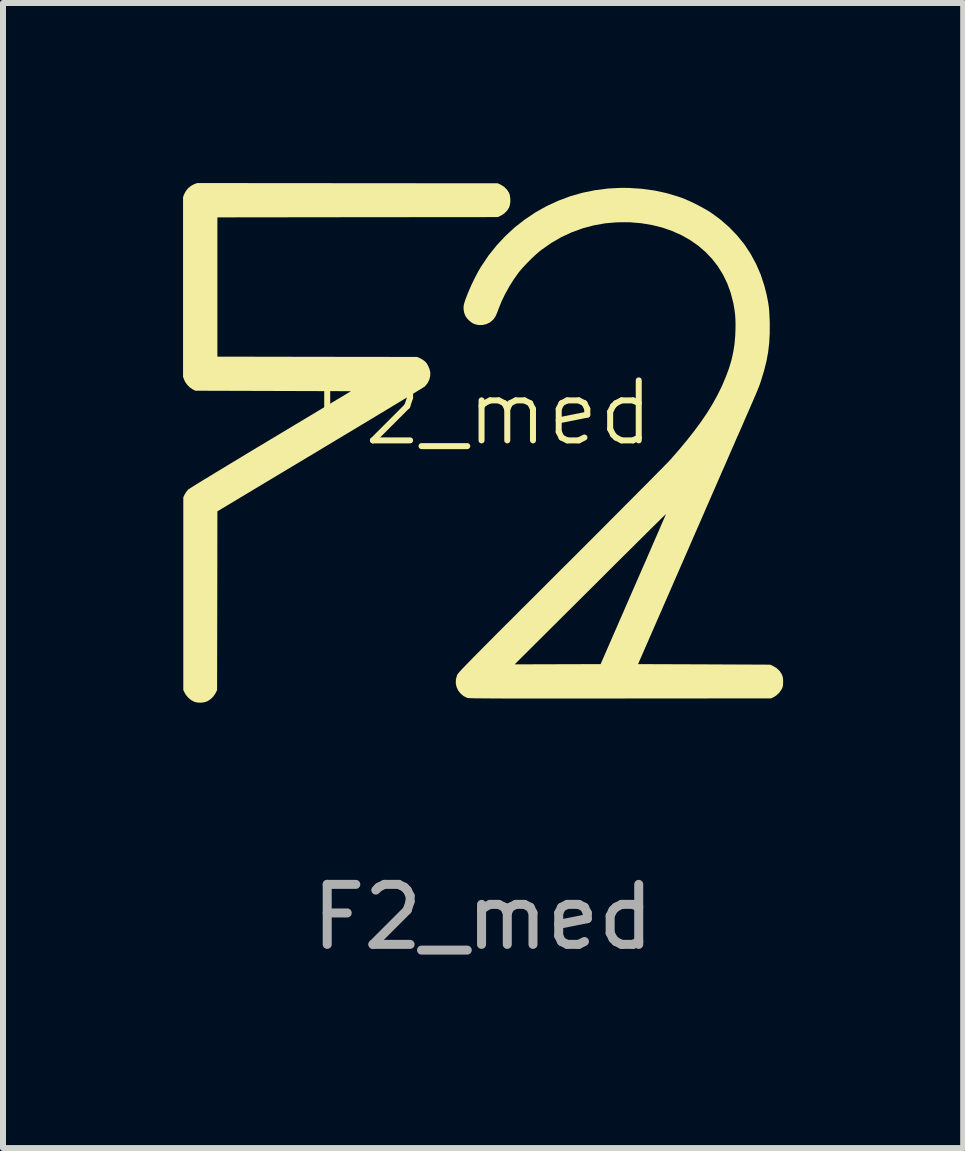
<source format=kicad_pcb>
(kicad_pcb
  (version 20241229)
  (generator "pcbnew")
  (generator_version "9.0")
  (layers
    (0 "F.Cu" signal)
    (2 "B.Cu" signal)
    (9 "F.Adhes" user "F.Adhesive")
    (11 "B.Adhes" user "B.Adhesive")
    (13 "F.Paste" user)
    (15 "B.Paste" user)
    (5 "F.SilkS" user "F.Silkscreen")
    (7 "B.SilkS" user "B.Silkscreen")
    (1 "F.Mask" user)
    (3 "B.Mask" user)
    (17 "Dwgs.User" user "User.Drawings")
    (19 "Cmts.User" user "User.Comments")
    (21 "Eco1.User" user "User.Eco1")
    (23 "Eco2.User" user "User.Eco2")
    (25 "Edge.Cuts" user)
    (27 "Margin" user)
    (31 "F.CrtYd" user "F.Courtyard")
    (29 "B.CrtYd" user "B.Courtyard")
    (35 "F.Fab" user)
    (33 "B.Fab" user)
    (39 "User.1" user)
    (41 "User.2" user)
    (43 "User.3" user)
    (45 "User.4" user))
  (footprint "F2_med"
    (layer "F.Cu")
    (at 4.997 4.33)
    (property "Reference" "F2_med" (at 0 -0.5 0) (unlocked yes) (layer "F.SilkS") (effects (font (size 1 1) (thickness 0.1))))
    (attr smd)
    (fp_poly (pts (xy -2.258 -4.328) (xy 0.247 -4.326) (xy 0.296 -4.303) (xy 0.352 -4.268) (xy 0.399 -4.221) (xy 0.435 -4.167) (xy 0.448 -4.126) (xy 0.455 -4.074) (xy 0.456 -4.02) (xy 0.449 -3.968) (xy 0.436 -3.925) (xy 0.435 -3.921) (xy 0.399 -3.867) (xy 0.351 -3.82) (xy 0.296 -3.786) (xy 0.247 -3.763) (xy -2.089 -3.761) (xy -4.425 -3.758) (xy -4.425 -2.598) (xy -4.425 -1.438) (xy -2.76 -1.435) (xy -1.095 -1.433) (xy -1.047 -1.411) (xy -1.015 -1.393) (xy -0.983 -1.372) (xy -0.968 -1.36) (xy -0.938 -1.327) (xy -0.912 -1.282) (xy -0.891 -1.232) (xy -0.879 -1.183) (xy -0.878 -1.177) (xy -0.879 -1.115) (xy -0.895 -1.053) (xy -0.924 -0.995) (xy -0.964 -0.946) (xy -0.971 -0.939) (xy -0.981 -0.932) (xy -1.006 -0.917) (xy -1.043 -0.894) (xy -1.094 -0.863) (xy -1.157 -0.825) (xy -1.231 -0.779) (xy -1.316 -0.728) (xy -1.412 -0.67) (xy -1.517 -0.607) (xy -1.63 -0.538) (xy -1.752 -0.465) (xy -1.881 -0.387) (xy -2.018 -0.305) (xy -2.16 -0.219) (xy -2.308 -0.131) (xy -2.46 -0.039) (xy -2.617 0.055) (xy -2.713 0.113) (xy -4.425 1.139) (xy -4.427 2.628) (xy -4.43 4.118) (xy -4.454 4.167) (xy -4.487 4.218) (xy -4.531 4.263) (xy -4.581 4.298) (xy -4.597 4.306) (xy -4.647 4.322) (xy -4.704 4.328) (xy -4.761 4.325) (xy -4.81 4.313) (xy -4.812 4.312) (xy -4.864 4.284) (xy -4.912 4.243) (xy -4.952 4.195) (xy -4.968 4.167) (xy -4.993 4.118) (xy -4.993 2.511) (xy -4.993 0.905) (xy -4.969 0.856) (xy -4.949 0.823) (xy -4.923 0.79) (xy -4.908 0.774) (xy -4.897 0.766) (xy -4.871 0.75) (xy -4.833 0.725) (xy -4.782 0.694) (xy -4.719 0.655) (xy -4.645 0.609) (xy -4.56 0.558) (xy -4.467 0.501) (xy -4.364 0.439) (xy -4.254 0.372) (xy -4.136 0.301) (xy -4.012 0.226) (xy -3.883 0.148) (xy -3.749 0.067) (xy -3.61 -0.016) (xy -3.535 -0.061) (xy -2.2 -0.862) (xy -3.496 -0.866) (xy -4.793 -0.87) (xy -4.837 -0.893) (xy -4.887 -0.927) (xy -4.931 -0.972) (xy -4.965 -1.022) (xy -4.978 -1.051) (xy -4.997 -1.1) (xy -4.997 -2.598) (xy -4.997 -4.096) (xy -4.978 -4.146) (xy -4.951 -4.197) (xy -4.912 -4.245) (xy -4.864 -4.284) (xy -4.813 -4.311) (xy -4.812 -4.312) (xy -4.762 -4.33)) (stroke (width 0) (type solid)) (fill yes) (layer "F.SilkS"))
    (fp_poly (pts (xy 2.425 -4.249) (xy 2.644 -4.235) (xy 2.856 -4.206) (xy 3.06 -4.162) (xy 3.26 -4.102) (xy 3.314 -4.083) (xy 3.377 -4.058) (xy 3.449 -4.026) (xy 3.527 -3.989) (xy 3.605 -3.949) (xy 3.68 -3.908) (xy 3.747 -3.87) (xy 3.793 -3.841) (xy 3.954 -3.724) (xy 4.101 -3.596) (xy 4.234 -3.458) (xy 4.354 -3.31) (xy 4.459 -3.151) (xy 4.55 -2.983) (xy 4.627 -2.806) (xy 4.688 -2.62) (xy 4.723 -2.483) (xy 4.739 -2.406) (xy 4.752 -2.337) (xy 4.762 -2.27) (xy 4.769 -2.201) (xy 4.773 -2.126) (xy 4.777 -2.041) (xy 4.778 -1.996) (xy 4.778 -1.825) (xy 4.769 -1.665) (xy 4.751 -1.512) (xy 4.723 -1.36) (xy 4.684 -1.205) (xy 4.634 -1.042) (xy 4.634 -1.041) (xy 4.626 -1.017) (xy 4.619 -0.995) (xy 4.612 -0.975) (xy 4.604 -0.954) (xy 4.596 -0.932) (xy 4.586 -0.908) (xy 4.575 -0.88) (xy 4.561 -0.847) (xy 4.545 -0.808) (xy 4.525 -0.762) (xy 4.502 -0.708) (xy 4.474 -0.644) (xy 4.442 -0.57) (xy 4.404 -0.484) (xy 4.361 -0.385) (xy 4.312 -0.272) (xy 4.28 -0.199) (xy 4.254 -0.141) (xy 4.222 -0.069) (xy 4.185 0.018) (xy 4.141 0.117) (xy 4.093 0.228) (xy 4.04 0.35) (xy 3.982 0.481) (xy 3.921 0.621) (xy 3.857 0.768) (xy 3.79 0.922) (xy 3.72 1.081) (xy 3.649 1.245) (xy 3.576 1.412) (xy 3.502 1.581) (xy 3.428 1.752) (xy 3.353 1.923) (xy 3.323 1.992) (xy 2.584 3.685) (xy 3.684 3.689) (xy 4.785 3.694) (xy 4.833 3.716) (xy 4.896 3.754) (xy 4.946 3.803) (xy 4.977 3.852) (xy 4.989 3.879) (xy 4.996 3.904) (xy 5 3.932) (xy 5.001 3.969) (xy 5.001 3.979) (xy 5 4.02) (xy 4.997 4.049) (xy 4.991 4.072) (xy 4.981 4.095) (xy 4.978 4.101) (xy 4.937 4.161) (xy 4.884 4.21) (xy 4.847 4.233) (xy 4.802 4.256) (xy 2.286 4.258) (xy 2.032 4.258) (xy 1.794 4.259) (xy 1.572 4.259) (xy 1.366 4.259) (xy 1.175 4.259) (xy 0.999 4.259) (xy 0.837 4.259) (xy 0.689 4.258) (xy 0.554 4.258) (xy 0.431 4.258) (xy 0.321 4.258) (xy 0.221 4.257) (xy 0.133 4.257) (xy 0.056 4.256) (xy -0.012 4.256) (xy -0.07 4.255) (xy -0.12 4.255) (xy -0.161 4.254) (xy -0.194 4.253) (xy -0.22 4.252) (xy -0.239 4.251) (xy -0.252 4.25) (xy -0.26 4.249) (xy -0.261 4.249) (xy -0.322 4.218) (xy -0.373 4.176) (xy -0.413 4.125) (xy -0.44 4.067) (xy -0.453 4.005) (xy -0.451 3.94) (xy -0.434 3.876) (xy -0.43 3.866) (xy -0.427 3.86) (xy -0.423 3.853) (xy -0.416 3.845) (xy -0.408 3.834) (xy -0.396 3.82) (xy -0.382 3.804) (xy -0.364 3.784) (xy -0.342 3.76) (xy -0.315 3.732) (xy -0.284 3.7) (xy -0.274 3.689) (xy 0.528 3.689) (xy 1.244 3.687) (xy 1.96 3.685) (xy 2.504 2.438) (xy 2.565 2.298) (xy 2.624 2.163) (xy 2.681 2.033) (xy 2.735 1.91) (xy 2.786 1.792) (xy 2.833 1.683) (xy 2.877 1.582) (xy 2.917 1.491) (xy 2.952 1.41) (xy 2.982 1.34) (xy 3.007 1.283) (xy 3.027 1.238) (xy 3.04 1.206) (xy 3.047 1.19) (xy 3.048 1.187) (xy 3.047 1.187) (xy 3.042 1.191) (xy 3.034 1.199) (xy 3.022 1.211) (xy 3.005 1.227) (xy 2.983 1.248) (xy 2.956 1.275) (xy 2.923 1.307) (xy 2.884 1.346) (xy 2.838 1.391) (xy 2.785 1.443) (xy 2.725 1.503) (xy 2.657 1.571) (xy 2.58 1.647) (xy 2.495 1.732) (xy 2.4 1.826) (xy 2.296 1.929) (xy 2.181 2.043) (xy 2.057 2.167) (xy 1.921 2.303) (xy 1.774 2.449) (xy 1.615 2.607) (xy 1.6 2.622) (xy 0.528 3.689) (xy -0.274 3.689) (xy -0.247 3.662) (xy -0.205 3.619) (xy -0.156 3.569) (xy -0.101 3.513) (xy -0.039 3.451) (xy 0.03 3.381) (xy 0.108 3.303) (xy 0.193 3.217) (xy 0.287 3.123) (xy 0.391 3.019) (xy 0.504 2.907) (xy 0.626 2.784) (xy 0.76 2.651) (xy 0.904 2.507) (xy 1.059 2.352) (xy 1.226 2.185) (xy 1.298 2.113) (xy 1.444 1.968) (xy 1.587 1.825) (xy 1.727 1.685) (xy 1.863 1.549) (xy 1.996 1.416) (xy 2.123 1.288) (xy 2.246 1.165) (xy 2.363 1.047) (xy 2.474 0.936) (xy 2.578 0.831) (xy 2.675 0.734) (xy 2.764 0.644) (xy 2.845 0.562) (xy 2.916 0.49) (xy 2.979 0.427) (xy 3.031 0.373) (xy 3.073 0.331) (xy 3.103 0.299) (xy 3.122 0.279) (xy 3.125 0.276) (xy 3.272 0.107) (xy 3.406 -0.054) (xy 3.527 -0.208) (xy 3.636 -0.357) (xy 3.734 -0.501) (xy 3.821 -0.642) (xy 3.899 -0.782) (xy 3.968 -0.921) (xy 3.988 -0.964) (xy 4.05 -1.111) (xy 4.101 -1.249) (xy 4.141 -1.383) (xy 4.17 -1.515) (xy 4.191 -1.648) (xy 4.203 -1.787) (xy 4.206 -1.868) (xy 4.208 -1.971) (xy 4.206 -2.062) (xy 4.2 -2.146) (xy 4.189 -2.228) (xy 4.174 -2.314) (xy 4.168 -2.343) (xy 4.126 -2.506) (xy 4.069 -2.661) (xy 3.998 -2.807) (xy 3.913 -2.943) (xy 3.815 -3.069) (xy 3.705 -3.184) (xy 3.584 -3.288) (xy 3.45 -3.381) (xy 3.307 -3.462) (xy 3.152 -3.531) (xy 2.989 -3.588) (xy 2.816 -3.631) (xy 2.634 -3.661) (xy 2.445 -3.677) (xy 2.425 -3.677) (xy 2.229 -3.676) (xy 2.035 -3.659) (xy 1.845 -3.625) (xy 1.659 -3.575) (xy 1.478 -3.509) (xy 1.304 -3.428) (xy 1.138 -3.332) (xy 0.98 -3.221) (xy 0.94 -3.19) (xy 0.888 -3.145) (xy 0.83 -3.092) (xy 0.77 -3.033) (xy 0.711 -2.972) (xy 0.656 -2.913) (xy 0.61 -2.859) (xy 0.591 -2.835) (xy 0.511 -2.722) (xy 0.436 -2.602) (xy 0.368 -2.479) (xy 0.309 -2.357) (xy 0.265 -2.247) (xy 0.244 -2.191) (xy 0.226 -2.147) (xy 0.211 -2.114) (xy 0.195 -2.088) (xy 0.178 -2.065) (xy 0.165 -2.049) (xy 0.116 -2.008) (xy 0.058 -1.98) (xy -0.006 -1.965) (xy -0.072 -1.964) (xy -0.136 -1.978) (xy -0.18 -1.999) (xy -0.223 -2.032) (xy -0.262 -2.071) (xy -0.29 -2.111) (xy -0.293 -2.115) (xy -0.315 -2.175) (xy -0.324 -2.236) (xy -0.321 -2.292) (xy -0.309 -2.339) (xy -0.29 -2.397) (xy -0.264 -2.465) (xy -0.233 -2.54) (xy -0.199 -2.618) (xy -0.161 -2.698) (xy -0.122 -2.776) (xy -0.083 -2.85) (xy -0.044 -2.917) (xy -0.029 -2.942) (xy 0.093 -3.123) (xy 0.228 -3.292) (xy 0.375 -3.449) (xy 0.532 -3.594) (xy 0.699 -3.724) (xy 0.875 -3.842) (xy 1.059 -3.945) (xy 1.251 -4.034) (xy 1.45 -4.109) (xy 1.656 -4.168) (xy 1.866 -4.211) (xy 2.082 -4.239) (xy 2.301 -4.25)) (stroke (width 0) (type solid)) (fill yes) (layer "F.SilkS"))
    (fp_text user "${REFERENCE}" (at 0 7.9 0) (unlocked yes) (layer "F.Fab") (effects (font (size 1 1) (thickness 0.15)))))
  (gr_rect
    (start -3 -3)
    (end 12.998 16.078)
    (stroke (width 0.1) (type default))
    (fill no)
    (layer "Edge.Cuts")))
</source>
